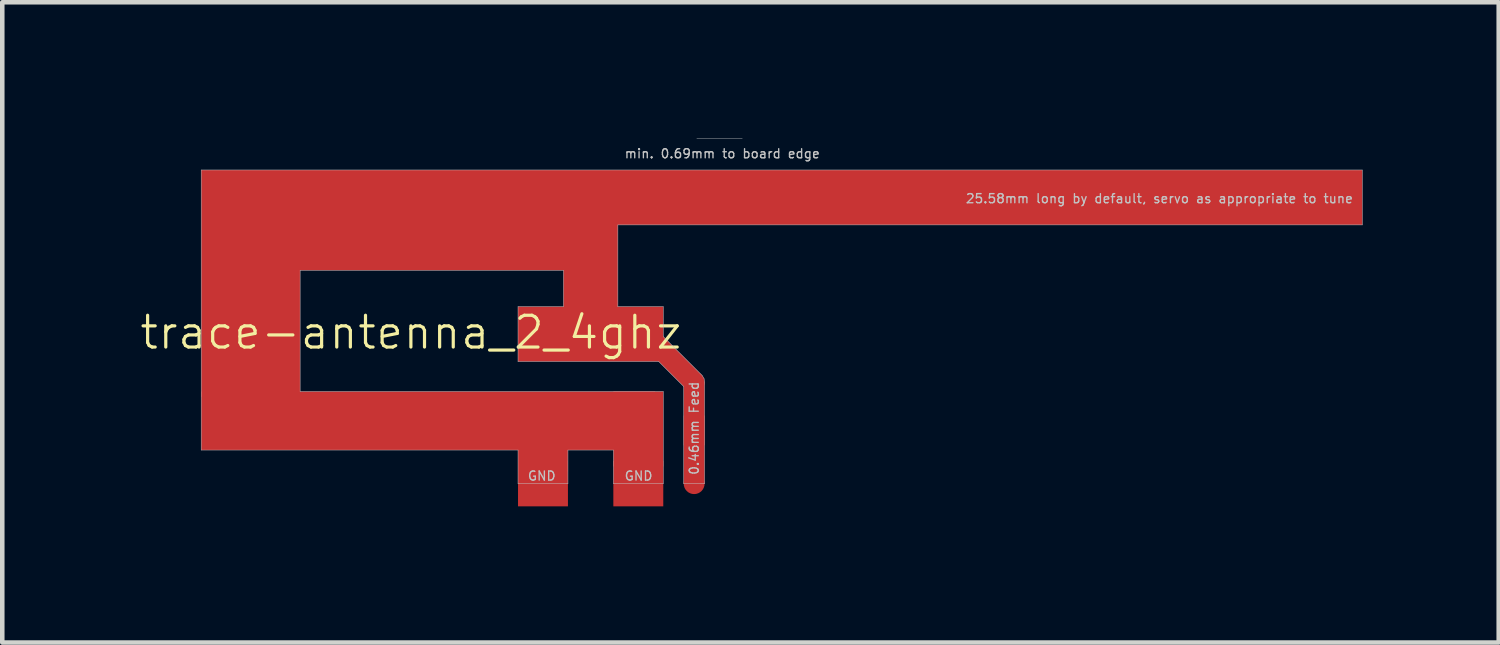
<source format=kicad_pcb>
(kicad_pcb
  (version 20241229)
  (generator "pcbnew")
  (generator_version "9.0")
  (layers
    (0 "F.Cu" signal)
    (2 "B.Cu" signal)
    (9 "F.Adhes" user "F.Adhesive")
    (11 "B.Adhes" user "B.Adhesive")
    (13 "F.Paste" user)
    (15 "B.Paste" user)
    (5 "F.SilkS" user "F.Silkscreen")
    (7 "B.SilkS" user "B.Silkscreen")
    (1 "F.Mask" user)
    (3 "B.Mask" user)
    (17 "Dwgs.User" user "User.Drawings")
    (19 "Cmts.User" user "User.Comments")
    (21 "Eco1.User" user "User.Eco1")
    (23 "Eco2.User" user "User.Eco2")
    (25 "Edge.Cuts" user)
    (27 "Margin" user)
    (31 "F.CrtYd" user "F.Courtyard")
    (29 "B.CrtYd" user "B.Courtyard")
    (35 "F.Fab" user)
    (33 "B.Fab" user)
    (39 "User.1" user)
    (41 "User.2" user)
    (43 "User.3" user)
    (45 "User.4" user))
  (footprint "trace-antenna_2_4ghz"
    (layer "F.Cu")
    (at 12.242 7.605)
    (property "Reference" "trace-antenna_2_4ghz" (at -6.24 -3.33 0) (layer "F.SilkS") (effects (font (size 0.7 0.7) (thickness 0.07))))
    (attr through_hole)
    (fp_line (start -10.86 -6.91) (end -10.86 -0.74) (stroke (width 0.01) (type solid)) (layer "Dwgs.User"))
    (fp_line (start -10.86 -0.74) (end -3.88 -0.74) (stroke (width 0.01) (type solid)) (layer "Dwgs.User"))
    (fp_line (start -8.68 -4.7) (end -2.88 -4.7) (stroke (width 0.01) (type solid)) (layer "Dwgs.User"))
    (fp_line (start -8.68 -2.03) (end -8.68 -4.7) (stroke (width 0.01) (type solid)) (layer "Dwgs.User"))
    (fp_line (start -3.88 -3.9) (end -3.88 -2.69) (stroke (width 0.01) (type solid)) (layer "Dwgs.User"))
    (fp_line (start -3.88 -2.69) (end -0.78 -2.69) (stroke (width 0.01) (type solid)) (layer "Dwgs.User"))
    (fp_line (start -3.88 -0.74) (end -3.88 0) (stroke (width 0.01) (type solid)) (layer "Dwgs.User"))
    (fp_line (start -3.88 0) (end -2.78 0) (stroke (width 0.01) (type solid)) (layer "Dwgs.User"))
    (fp_line (start -2.88 -4.7) (end -2.88 -3.9) (stroke (width 0.01) (type solid)) (layer "Dwgs.User"))
    (fp_line (start -2.88 -3.9) (end -3.88 -3.9) (stroke (width 0.01) (type solid)) (layer "Dwgs.User"))
    (fp_line (start -2.78 -0.74) (end -2.78 0) (stroke (width 0.01) (type solid)) (layer "Dwgs.User"))
    (fp_line (start -2.78 -0.74) (end -1.78 -0.74) (stroke (width 0.01) (type solid)) (layer "Dwgs.User"))
    (fp_line (start -1.78 -0.74) (end -1.78 0) (stroke (width 0.01) (type solid)) (layer "Dwgs.User"))
    (fp_line (start -1.78 0) (end -0.68 0) (stroke (width 0.01) (type solid)) (layer "Dwgs.User"))
    (fp_line (start -1.68 -5.7) (end 14.72 -5.7) (stroke (width 0.01) (type solid)) (layer "Dwgs.User"))
    (fp_line (start -1.68 -3.9) (end -1.68 -5.7) (stroke (width 0.01) (type solid)) (layer "Dwgs.User"))
    (fp_line (start -0.78 -2.69) (end -0.23 -2.14) (stroke (width 0.01) (type solid)) (layer "Dwgs.User"))
    (fp_line (start -0.68 -3.9) (end -1.68 -3.9) (stroke (width 0.01) (type solid)) (layer "Dwgs.User"))
    (fp_line (start -0.68 -3.24) (end -0.68 -3.9) (stroke (width 0.01) (type solid)) (layer "Dwgs.User"))
    (fp_line (start -0.68 -2.03) (end -8.68 -2.03) (stroke (width 0.01) (type solid)) (layer "Dwgs.User"))
    (fp_line (start -0.68 0) (end -0.68 -2.03) (stroke (width 0.01) (type solid)) (layer "Dwgs.User"))
    (fp_line (start -0.23 0) (end -0.23 -2.14) (stroke (width 0.01) (type solid)) (layer "Dwgs.User"))
    (fp_line (start 0.18 -2.38) (end -0.68 -3.24) (stroke (width 0.01) (type solid)) (layer "Dwgs.User"))
    (fp_line (start 0.22 -2.31) (end 0.18 -2.38) (stroke (width 0.01) (type solid)) (layer "Dwgs.User"))
    (fp_line (start 0.23 -2.24) (end 0.22 -2.31) (stroke (width 0.01) (type solid)) (layer "Dwgs.User"))
    (fp_line (start 0.23 0) (end -0.23 0) (stroke (width 0.01) (type solid)) (layer "Dwgs.User"))
    (fp_line (start 0.23 0) (end 0.23 -2.24) (stroke (width 0.01) (type solid)) (layer "Dwgs.User"))
    (fp_line (start 1.06 -7.6) (end 0.06 -7.6) (stroke (width 0.01) (type solid)) (layer "Dwgs.User"))
    (fp_line (start 14.72 -6.91) (end -10.86 -6.91) (stroke (width 0.01) (type solid)) (layer "Dwgs.User"))
    (fp_line (start 14.72 -5.7) (end 14.72 -6.91) (stroke (width 0.01) (type solid)) (layer "Dwgs.User"))
    (fp_text user "0.46mm Feed" (at 0 -1.22 90) (layer "Dwgs.User") (effects (font (size 0.2 0.2) (thickness 0.03))))
    (fp_text user "25.58mm long by default, servo as appropriate to tune" (at 10.25 -6.28 0) (layer "Dwgs.User") (effects (font (size 0.2 0.2) (thickness 0.03))))
    (fp_text user "min. 0.69mm to board edge" (at 0.62 -7.27 0) (layer "Dwgs.User") (effects (font (size 0.2 0.2) (thickness 0.03))))
    (fp_text user "GND          GND" (at -2.29 -0.17 0) (layer "Dwgs.User") (effects (font (size 0.2 0.2) (thickness 0.03))))
    (pad "1" smd rect (at -9.77 -4.41) (size 2.18 5) (layers "F.Cu"))
    (pad "1" smd rect (at -5.86 -1.385) (size 10 1.29) (layers "F.Cu"))
    (pad "1" smd rect (at -5.8 -5.805) (size 6 2.21) (layers "F.Cu"))
    (pad "1" smd rect (at -3.33 -1.03) (size 1.1 1.524) (layers "F.Cu"))
    (pad "1" smd rect (at -2.28 -4.52) (size 1.2 3) (layers "F.Cu"))
    (pad "1" smd rect (at -2.28 -3.295) (size 3.2 1.21) (layers "F.Cu"))
    (pad "1" smd rect (at -1.23 -1.205) (size 1.1 1.651) (layers "F.Cu"))
    (pad "1" smd rect (at -0.495 -2.73 45) (size 0.46 1.4) (layers "F.Cu"))
    (pad "1" smd circle (at 0 -2.235) (size 0.46 0.46) (layers "F.Cu"))
    (pad "1" smd rect (at 0 -1.54) (size 0.46 1.39) (layers "F.Cu"))
    (pad "1" smd rect (at 0 -0.75) (size 0.46 1.5) (layers "F.Cu"))
    (pad "1" smd circle (at 0 0) (size 0.46 0.46) (layers "F.Cu" "F.Mask"))
    (pad "1" smd rect (at 4.72 -6.305) (size 20 1.21) (layers "F.Cu"))
    (pad "2" smd rect (at -3.33 0) (size 1.1 1) (layers "F.Cu"))
    (pad "2" smd rect (at -1.23 0) (size 1.1 1) (layers "F.Cu")))
  (gr_rect
    (start -3 -3)
    (end 29.967 11.105)
    (stroke (width 0.1) (type default))
    (fill no)
    (layer "Edge.Cuts")))
</source>
